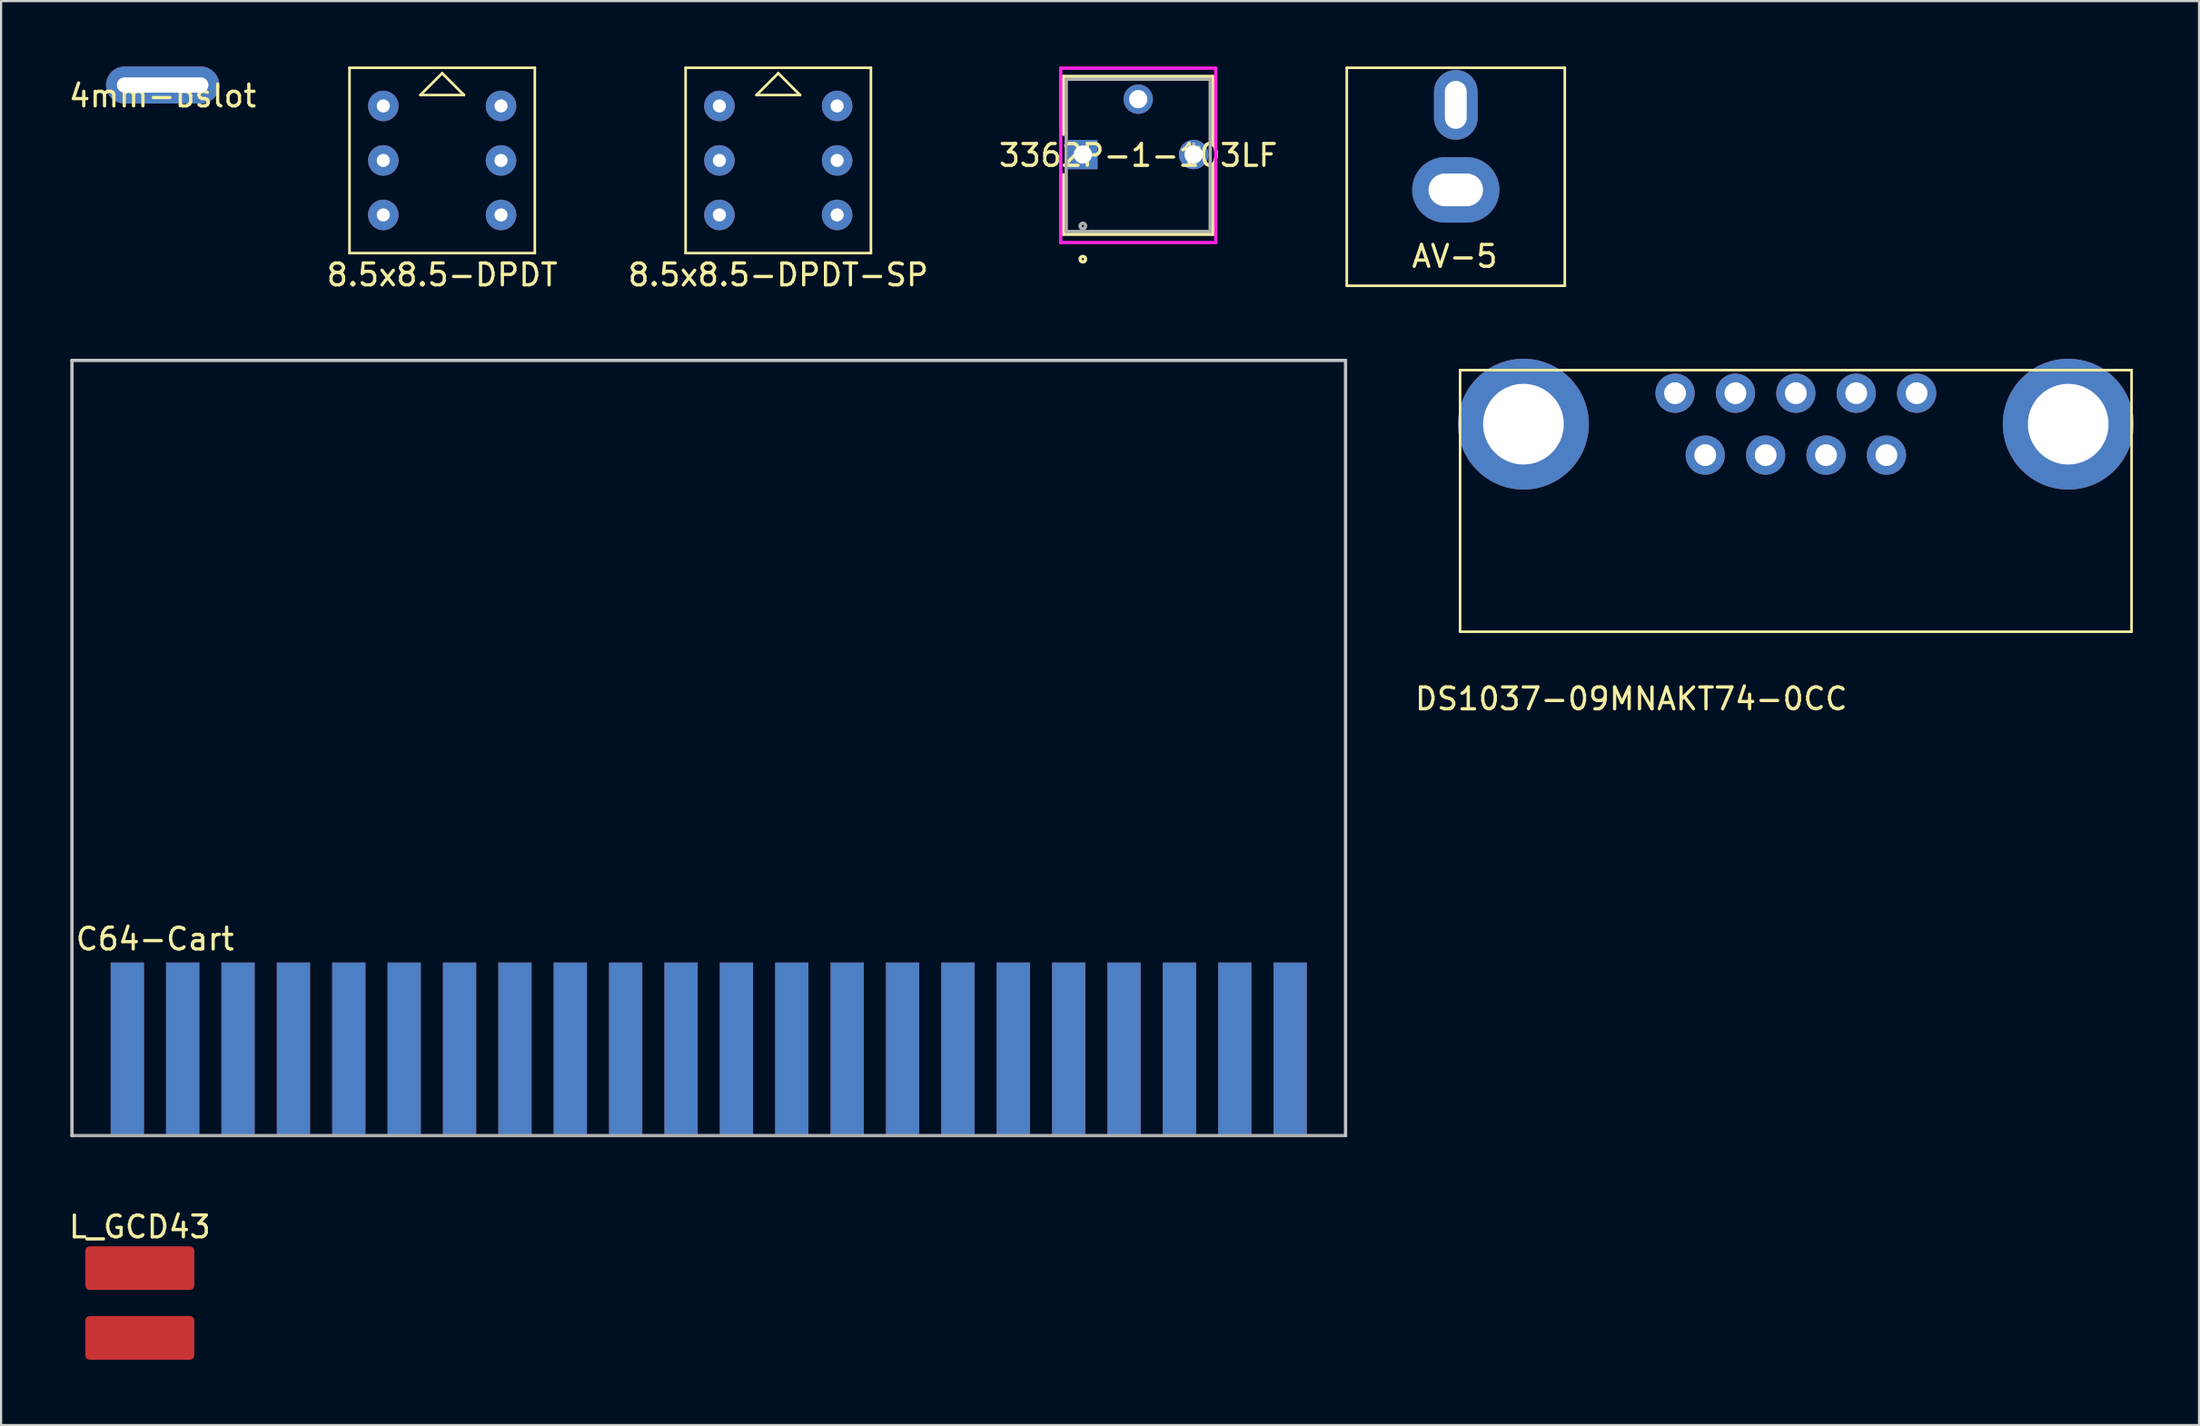
<source format=kicad_pcb>
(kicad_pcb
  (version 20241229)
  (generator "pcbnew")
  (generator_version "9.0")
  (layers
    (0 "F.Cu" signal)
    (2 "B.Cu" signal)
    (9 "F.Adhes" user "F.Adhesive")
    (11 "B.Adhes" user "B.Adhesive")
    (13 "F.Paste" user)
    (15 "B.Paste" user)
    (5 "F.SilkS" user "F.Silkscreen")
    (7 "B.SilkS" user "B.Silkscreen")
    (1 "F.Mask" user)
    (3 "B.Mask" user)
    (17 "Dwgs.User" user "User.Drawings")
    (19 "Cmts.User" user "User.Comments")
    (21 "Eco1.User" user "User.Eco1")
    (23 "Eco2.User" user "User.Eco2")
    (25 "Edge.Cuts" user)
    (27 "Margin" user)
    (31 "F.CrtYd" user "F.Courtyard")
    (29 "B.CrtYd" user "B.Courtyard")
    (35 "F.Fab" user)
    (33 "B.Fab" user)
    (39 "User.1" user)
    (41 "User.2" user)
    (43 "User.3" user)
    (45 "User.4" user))
  (footprint "C64-Cart"
    (layer "F.Cu")
    (at 0.25 49.043)
    (property "Reference" "C64-Cart" (at 3.81 -9.018 0) (layer "F.SilkS") (effects (font (size 1 1) (thickness 0.15))))
    (attr through_hole)
    (fp_line (start 0 -35.56) (end 0 0) (stroke (width 0.15) (type solid)) (layer "Dwgs.User"))
    (fp_line (start 58.42 -35.56) (end 0 -35.56) (stroke (width 0.15) (type solid)) (layer "Dwgs.User"))
    (fp_line (start 58.42 0) (end 58.42 -35.56) (stroke (width 0.15) (type solid)) (layer "Dwgs.User"))
    (fp_line (start 0 0) (end 58.42 0) (stroke (width 0.15) (type solid)) (layer "F.Fab"))
    (pad "" smd rect (at 29.21 -3.81 180) (size 58.42 8.3) (layers "F.Mask"))
    (pad "" smd rect (at 29.21 -3.81 180) (size 58.42 8.3) (layers "B.Mask"))
    (pad "1" smd rect (at 2.54 -3.938 180) (size 1.524 8) (layers "F.Cu" "F.Mask" "F.Paste"))
    (pad "2" smd rect (at 5.08 -3.938 180) (size 1.524 8) (layers "F.Cu" "F.Mask" "F.Paste"))
    (pad "3" smd rect (at 7.62 -3.938 180) (size 1.524 8) (layers "F.Cu" "F.Mask" "F.Paste"))
    (pad "4" smd rect (at 10.16 -3.938 180) (size 1.524 8) (layers "F.Cu" "F.Mask" "F.Paste"))
    (pad "5" smd rect (at 12.7 -3.938 180) (size 1.524 8) (layers "F.Cu" "F.Mask" "F.Paste"))
    (pad "6" smd rect (at 15.24 -3.938 180) (size 1.524 8) (layers "F.Cu" "F.Mask" "F.Paste"))
    (pad "7" smd rect (at 17.78 -3.938 180) (size 1.524 8) (layers "F.Cu" "F.Mask" "F.Paste"))
    (pad "8" smd rect (at 20.32 -3.938 180) (size 1.524 8) (layers "F.Cu" "F.Mask" "F.Paste"))
    (pad "9" smd rect (at 22.86 -3.938 180) (size 1.524 8) (layers "F.Cu" "F.Mask" "F.Paste"))
    (pad "10" smd rect (at 25.4 -3.938 180) (size 1.524 8) (layers "F.Cu" "F.Mask" "F.Paste"))
    (pad "11" smd rect (at 27.94 -3.938 180) (size 1.524 8) (layers "F.Cu" "F.Mask" "F.Paste"))
    (pad "12" smd rect (at 30.48 -3.938 180) (size 1.524 8) (layers "F.Cu" "F.Mask" "F.Paste"))
    (pad "13" smd rect (at 33.02 -3.938 180) (size 1.524 8) (layers "F.Cu" "F.Mask" "F.Paste"))
    (pad "14" smd rect (at 35.56 -3.938 180) (size 1.524 8) (layers "F.Cu" "F.Mask" "F.Paste"))
    (pad "15" smd rect (at 38.1 -3.938 180) (size 1.524 8) (layers "F.Cu" "F.Mask" "F.Paste"))
    (pad "16" smd rect (at 40.64 -3.938 180) (size 1.524 8) (layers "F.Cu" "F.Mask" "F.Paste"))
    (pad "17" smd rect (at 43.18 -3.938 180) (size 1.524 8) (layers "F.Cu" "F.Mask" "F.Paste"))
    (pad "18" smd rect (at 45.72 -3.938 180) (size 1.524 8) (layers "F.Cu" "F.Mask" "F.Paste"))
    (pad "19" smd rect (at 48.26 -3.938 180) (size 1.524 8) (layers "F.Cu" "F.Mask" "F.Paste"))
    (pad "20" smd rect (at 50.8 -3.938 180) (size 1.524 8) (layers "F.Cu" "F.Mask" "F.Paste"))
    (pad "21" smd rect (at 53.34 -3.938 180) (size 1.524 8) (layers "F.Cu" "F.Mask" "F.Paste"))
    (pad "22" smd rect (at 55.88 -3.938 180) (size 1.524 8) (layers "F.Cu" "F.Mask" "F.Paste"))
    (pad "A" smd rect (at 2.54 -3.938) (size 1.524 8) (layers "B.Cu" "B.Mask" "B.Paste"))
    (pad "B" smd rect (at 5.08 -3.938) (size 1.524 8) (layers "B.Cu" "B.Mask" "B.Paste"))
    (pad "C" smd rect (at 7.62 -3.938) (size 1.524 8) (layers "B.Cu" "B.Mask" "B.Paste"))
    (pad "D" smd rect (at 10.16 -3.938) (size 1.524 8) (layers "B.Cu" "B.Mask" "B.Paste"))
    (pad "E" smd rect (at 12.7 -3.938) (size 1.524 8) (layers "B.Cu" "B.Mask" "B.Paste"))
    (pad "F" smd rect (at 15.24 -3.938) (size 1.524 8) (layers "B.Cu" "B.Mask" "B.Paste"))
    (pad "H" smd rect (at 17.78 -3.938) (size 1.524 8) (layers "B.Cu" "B.Mask" "B.Paste"))
    (pad "J" smd rect (at 20.32 -3.938) (size 1.524 8) (layers "B.Cu" "B.Mask" "B.Paste"))
    (pad "K" smd rect (at 22.86 -3.938) (size 1.524 8) (layers "B.Cu" "B.Mask" "B.Paste"))
    (pad "L" smd rect (at 25.4 -3.938) (size 1.524 8) (layers "B.Cu" "B.Mask" "B.Paste"))
    (pad "M" smd rect (at 27.94 -3.938) (size 1.524 8) (layers "B.Cu" "B.Mask" "B.Paste"))
    (pad "N" smd rect (at 30.48 -3.938) (size 1.524 8) (layers "B.Cu" "B.Mask" "B.Paste"))
    (pad "P" smd rect (at 33.02 -3.938) (size 1.524 8) (layers "B.Cu" "B.Mask" "B.Paste"))
    (pad "R" smd rect (at 35.56 -3.938) (size 1.524 8) (layers "B.Cu" "B.Mask" "B.Paste"))
    (pad "S" smd rect (at 38.1 -3.938) (size 1.524 8) (layers "B.Cu" "B.Mask" "B.Paste"))
    (pad "T" smd rect (at 40.64 -3.938) (size 1.524 8) (layers "B.Cu" "B.Mask" "B.Paste"))
    (pad "U" smd rect (at 43.18 -3.938) (size 1.524 8) (layers "B.Cu" "B.Mask" "B.Paste"))
    (pad "V" smd rect (at 45.72 -3.938) (size 1.524 8) (layers "B.Cu" "B.Mask" "B.Paste"))
    (pad "W" smd rect (at 48.26 -3.938) (size 1.524 8) (layers "B.Cu" "B.Mask" "B.Paste"))
    (pad "X" smd rect (at 50.8 -3.938) (size 1.524 8) (layers "B.Cu" "B.Mask" "B.Paste"))
    (pad "Y" smd rect (at 53.34 -3.938) (size 1.524 8) (layers "B.Cu" "B.Mask" "B.Paste"))
    (pad "Z" smd rect (at 55.88 -3.938) (size 1.524 8) (layers "B.Cu" "B.Mask" "B.Paste")))
  (footprint "DS1037-09MNAKT74-0CC"
    (layer "F.Cu")
    (at 79.325 16.408)
    (property "Reference" "DS1037-09MNAKT74-0CC" (at -7.55 12.6 0) (layer "F.SilkS") (effects (font (size 1 1) (thickness 0.15))))
    (attr through_hole)
    (fp_line (start -15.4 -2.48) (end 15.4 -2.48) (stroke (width 0.12) (type solid)) (layer "F.SilkS"))
    (fp_line (start -15.4 9.52) (end -15.4 -2.48) (stroke (width 0.12) (type solid)) (layer "F.SilkS"))
    (fp_line (start -15.4 9.52) (end 15.4 9.52) (stroke (width 0.12) (type solid)) (layer "F.SilkS"))
    (fp_line (start 15.4 9.52) (end 15.4 -2.48) (stroke (width 0.12) (type solid)) (layer "F.SilkS"))
    (pad "0" thru_hole circle (at -12.495 0) (size 6 6) (drill 3.7) (layers "*.Cu" "*.Mask"))
    (pad "0" thru_hole circle (at 12.495 0) (size 6 6) (drill 3.7) (layers "*.Cu" "*.Mask"))
    (pad "1" thru_hole circle (at -5.54 -1.42) (size 1.8 1.8) (drill 1) (layers "*.Cu" "*.Mask"))
    (pad "2" thru_hole circle (at -2.77 -1.42) (size 1.8 1.8) (drill 1) (layers "*.Cu" "*.Mask"))
    (pad "3" thru_hole circle (at 0 -1.42) (size 1.8 1.8) (drill 1) (layers "*.Cu" "*.Mask"))
    (pad "4" thru_hole circle (at 2.77 -1.42) (size 1.8 1.8) (drill 1) (layers "*.Cu" "*.Mask"))
    (pad "5" thru_hole circle (at 5.54 -1.42) (size 1.8 1.8) (drill 1) (layers "*.Cu" "*.Mask"))
    (pad "6" thru_hole circle (at -4.155 1.42) (size 1.8 1.8) (drill 1) (layers "*.Cu" "*.Mask"))
    (pad "7" thru_hole circle (at -1.385 1.42) (size 1.8 1.8) (drill 1) (layers "*.Cu" "*.Mask"))
    (pad "8" thru_hole circle (at 1.385 1.42) (size 1.8 1.8) (drill 1) (layers "*.Cu" "*.Mask"))
    (pad "9" thru_hole circle (at 4.155 1.42) (size 1.8 1.8) (drill 1) (layers "*.Cu" "*.Mask")))
  (footprint "3362P-1-103LF"
    (layer "F.Cu")
    (at 51.701 4.115)
    (property "Reference" "3362P-1-103LF" (at -2.54 -0.038 0) (layer "F.SilkS") (effects (font (size 1 1) (thickness 0.15))))
    (attr through_hole)
    (fp_line (start -5.969 -3.658) (end -5.969 -1.002) (stroke (width 0.152) (type solid)) (layer "F.SilkS"))
    (fp_line (start -5.969 0.85) (end -5.969 3.581) (stroke (width 0.152) (type solid)) (layer "F.SilkS"))
    (fp_line (start -5.969 3.581) (end 0.889 3.581) (stroke (width 0.152) (type solid)) (layer "F.SilkS"))
    (fp_line (start 0.889 -3.658) (end -5.969 -3.658) (stroke (width 0.152) (type solid)) (layer "F.SilkS"))
    (fp_line (start 0.889 -0.547) (end 0.889 -3.658) (stroke (width 0.152) (type solid)) (layer "F.SilkS"))
    (fp_line (start 0.889 3.581) (end 0.889 0.394) (stroke (width 0.152) (type solid)) (layer "F.SilkS"))
    (fp_circle (center -5.08 4.724) (end -4.953 4.724) (stroke (width 0.152) (type solid)) (fill no) (layer "F.SilkS"))
    (fp_line (start -6.096 -4.039) (end 1.016 -4.039) (stroke (width 0.152) (type solid)) (layer "F.CrtYd"))
    (fp_line (start -6.096 3.962) (end -6.096 -4.039) (stroke (width 0.152) (type solid)) (layer "F.CrtYd"))
    (fp_line (start 1.016 -4.039) (end 1.016 3.962) (stroke (width 0.152) (type solid)) (layer "F.CrtYd"))
    (fp_line (start 1.016 3.962) (end -6.096 3.962) (stroke (width 0.152) (type solid)) (layer "F.CrtYd"))
    (fp_line (start -5.842 -3.531) (end -5.842 3.454) (stroke (width 0.152) (type solid)) (layer "F.Fab"))
    (fp_line (start -5.842 3.454) (end 0.762 3.454) (stroke (width 0.152) (type solid)) (layer "F.Fab"))
    (fp_line (start 0.762 -3.531) (end -5.842 -3.531) (stroke (width 0.152) (type solid)) (layer "F.Fab"))
    (fp_line (start 0.762 3.454) (end 0.762 -3.531) (stroke (width 0.152) (type solid)) (layer "F.Fab"))
    (fp_circle (center -5.08 3.2) (end -4.953 3.2) (stroke (width 0.152) (type solid)) (fill no) (layer "F.Fab"))
    (fp_text user "*" (at 0 0 0) (layer "F.SilkS") (effects (font (size 1 1) (thickness 0.15))))
    (fp_text user "Copyright 2016 Accelerated Designs. All rights reserved." (at 0 0 0) (layer "Cmts.User") (effects (font (size 0.127 0.127) (thickness 0.002))))
    (fp_text user "*" (at 0 0 0) (layer "F.Fab") (effects (font (size 1 1) (thickness 0.15))))
    (pad "1" thru_hole rect (at -5.08 -0.076) (size 1.346 1.346) (drill 0.838) (layers "*.Cu" "*.Mask"))
    (pad "2" thru_hole circle (at -2.54 -2.616) (size 1.346 1.346) (drill 0.838) (layers "*.Cu" "*.Mask"))
    (pad "3" thru_hole circle (at 0 -0.076) (size 1.346 1.346) (drill 0.838) (layers "*.Cu" "*.Mask")))
  (footprint "L_GCD43"
    (layer "F.Cu")
    (at 3.363 56.724)
    (property "Reference" "L_GCD43" (at 0 -3.493 0) (layer "F.SilkS") (effects (font (size 1 1) (thickness 0.15))))
    (attr through_hole)
    (pad "1" smd roundrect (at 0 1.6) (size 5 2) (layers "F.Cu" "F.Mask" "F.Paste") (roundrect_rratio 0.1))
    (pad "2" smd roundrect (at 0 -1.6) (size 5 2) (layers "F.Cu" "F.Mask" "F.Paste") (roundrect_rratio 0.1)))
  (footprint "8.5x8.5-DPDT-SP"
    (layer "F.Cu")
    (at 32.649 4.31)
    (property "Reference" "8.5x8.5-DPDT-SP" (at 0 5.25 0) (layer "F.SilkS") (effects (font (size 1 1) (thickness 0.15))))
    (attr through_hole)
    (fp_line (start -4.25 -4.25) (end 4.25 -4.25) (stroke (width 0.12) (type solid)) (layer "F.SilkS"))
    (fp_line (start -4.25 4.25) (end -4.25 -4.25) (stroke (width 0.12) (type solid)) (layer "F.SilkS"))
    (fp_line (start -1 -3) (end 0 -4) (stroke (width 0.12) (type solid)) (layer "F.SilkS"))
    (fp_line (start 0 -4) (end 1 -3) (stroke (width 0.12) (type solid)) (layer "F.SilkS"))
    (fp_line (start 1 -3) (end -1 -3) (stroke (width 0.12) (type solid)) (layer "F.SilkS"))
    (fp_line (start 4.25 -4.25) (end 4.25 4.25) (stroke (width 0.12) (type solid)) (layer "F.SilkS"))
    (fp_line (start 4.25 4.25) (end -4.25 4.25) (stroke (width 0.12) (type solid)) (layer "F.SilkS"))
    (pad "" thru_hole circle (at -2.7 2.5) (size 1.4 1.4) (drill 0.6) (layers "*.Cu" "*.Mask"))
    (pad "" thru_hole circle (at 2.7 2.5) (size 1.4 1.4) (drill 0.6) (layers "*.Cu" "*.Mask"))
    (pad "1" thru_hole circle (at -2.7 -2.5) (size 1.4 1.4) (drill 0.6) (layers "*.Cu" "*.Mask"))
    (pad "1" thru_hole circle (at 2.7 -2.5) (size 1.4 1.4) (drill 0.6) (layers "*.Cu" "*.Mask"))
    (pad "2" thru_hole circle (at -2.7 0) (size 1.4 1.4) (drill 0.6) (layers "*.Cu" "*.Mask"))
    (pad "2" thru_hole circle (at 2.7 0) (size 1.4 1.4) (drill 0.6) (layers "*.Cu" "*.Mask")))
  (footprint "AV-5"
    (layer "F.Cu")
    (at 63.727 5.66)
    (property "Reference" "AV-5" (at -0.05 3.05 0) (layer "F.SilkS") (effects (font (size 1 1) (thickness 0.15))))
    (attr through_hole)
    (fp_line (start -5 -5.6) (end 5 -5.6) (stroke (width 0.12) (type solid)) (layer "F.SilkS"))
    (fp_line (start -5 4.4) (end -5 -5.6) (stroke (width 0.12) (type solid)) (layer "F.SilkS"))
    (fp_line (start -5 4.4) (end 5 4.4) (stroke (width 0.12) (type solid)) (layer "F.SilkS"))
    (fp_line (start 5 4.4) (end 5 -5.6) (stroke (width 0.12) (type solid)) (layer "F.SilkS"))
    (pad "1" thru_hole oval (at 0 -3.9) (size 2 3.2) (drill oval 1 2.2) (layers "*.Cu" "*.Mask"))
    (pad "2" thru_hole oval (at 0 0) (size 4 3) (drill oval 2.5 1.5) (layers "*.Cu" "*.Mask")))
  (footprint "4mm-bslot"
    (layer "F.Cu")
    (at 4.411 0.85)
    (property "Reference" "4mm-bslot" (at 0 0.5 0) (layer "F.SilkS") (effects (font (size 1 1) (thickness 0.15))))
    (attr through_hole)
    (pad "1" thru_hole roundrect (at 0 0) (size 5.2 1.7) (drill oval 4.2 0.7) (layers "*.Cu" "*.Mask") (roundrect_rratio 0.5)))
  (footprint "8.5x8.5-DPDT"
    (layer "F.Cu")
    (at 17.232 4.31)
    (property "Reference" "8.5x8.5-DPDT" (at 0 5.25 0) (layer "F.SilkS") (effects (font (size 1 1) (thickness 0.15))))
    (attr through_hole)
    (fp_line (start -4.25 -4.25) (end 4.25 -4.25) (stroke (width 0.12) (type solid)) (layer "F.SilkS"))
    (fp_line (start -4.25 4.25) (end -4.25 -4.25) (stroke (width 0.12) (type solid)) (layer "F.SilkS"))
    (fp_line (start -1 -3) (end 0 -4) (stroke (width 0.12) (type solid)) (layer "F.SilkS"))
    (fp_line (start 0 -4) (end 1 -3) (stroke (width 0.12) (type solid)) (layer "F.SilkS"))
    (fp_line (start 1 -3) (end -1 -3) (stroke (width 0.12) (type solid)) (layer "F.SilkS"))
    (fp_line (start 4.25 -4.25) (end 4.25 4.25) (stroke (width 0.12) (type solid)) (layer "F.SilkS"))
    (fp_line (start 4.25 4.25) (end -4.25 4.25) (stroke (width 0.12) (type solid)) (layer "F.SilkS"))
    (pad "1" thru_hole circle (at -2.7 -2.5) (size 1.4 1.4) (drill 0.6) (layers "*.Cu" "*.Mask"))
    (pad "2" thru_hole circle (at -2.7 0) (size 1.4 1.4) (drill 0.6) (layers "*.Cu" "*.Mask"))
    (pad "3" thru_hole circle (at -2.7 2.5) (size 1.4 1.4) (drill 0.6) (layers "*.Cu" "*.Mask"))
    (pad "4" thru_hole circle (at 2.7 2.5) (size 1.4 1.4) (drill 0.6) (layers "*.Cu" "*.Mask"))
    (pad "5" thru_hole circle (at 2.7 0) (size 1.4 1.4) (drill 0.6) (layers "*.Cu" "*.Mask"))
    (pad "6" thru_hole circle (at 2.7 -2.5) (size 1.4 1.4) (drill 0.6) (layers "*.Cu" "*.Mask")))
  (gr_rect
    (start -3 -3)
    (end 97.82 62.324)
    (stroke (width 0.1) (type default))
    (fill no)
    (layer "Edge.Cuts")))
</source>
